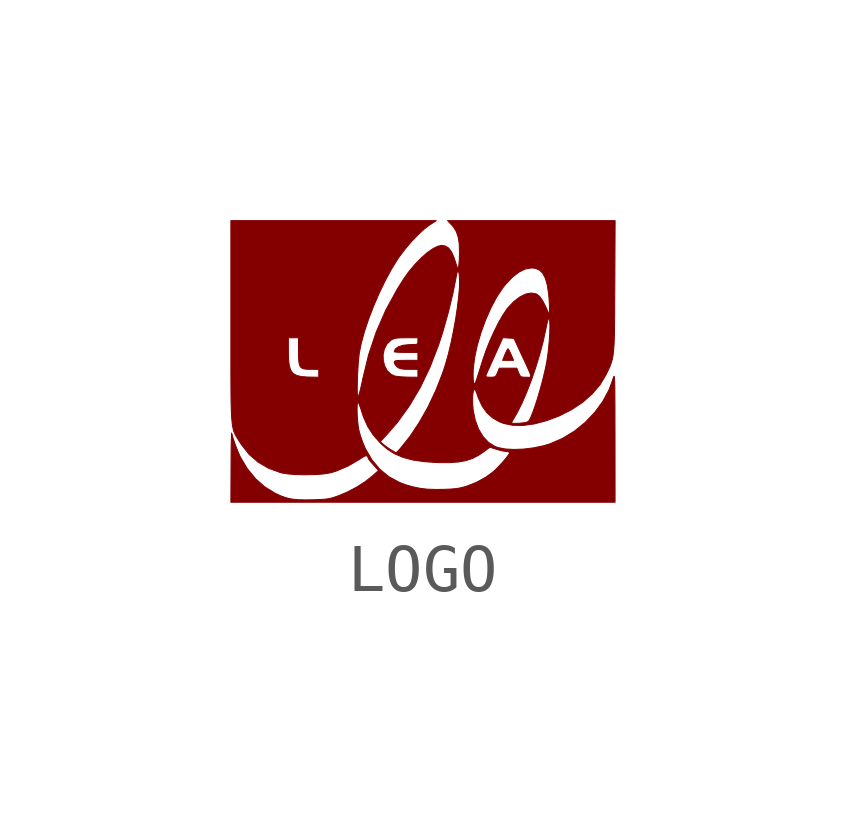
<source format=kicad_sym>
(kicad_symbol_lib
  (version 20220914)
  (generator bitmap2component)
  (symbol "LOGO"
    (pin_names
      (offset 1.016))
    (property "Reference" "#G"
      (at 0 2.299 0)
      (effects (font (size 1.27 1.27)) hide))
    (symbol "LOGO_0_0"
      (polyline (pts (xy 4.013 -1.579) (xy 4.013 -1.54) (xy 4.012 -1.26) (xy 4.012 -1.023) (xy 4.011 -0.826) (xy 4.01 -0.667) (xy 4.009 -0.541) (xy 4.007 -0.446) (xy 4.004 -0.378) (xy 4.001 -0.335) (xy 3.997 -0.313) (xy 3.991 -0.309) (xy 3.985 -0.319) (xy 3.977 -0.342) (xy 3.968 -0.373) (xy 3.889 -0.589) (xy 3.758 -0.833) (xy 3.59 -1.062) (xy 3.39 -1.271) (xy 3.165 -1.453) (xy 2.92 -1.603) (xy 2.659 -1.716) (xy 2.519 -1.758) (xy 2.317 -1.8) (xy 2.11 -1.826) (xy 1.909 -1.834) (xy 1.726 -1.824) (xy 1.574 -1.794) (xy 1.51 -1.77) (xy 1.378 -1.687) (xy 1.263 -1.565) (xy 1.17 -1.409) (xy 1.101 -1.224) (xy 1.058 -1.014) (xy 1.056 -0.994) (xy 1.048 -0.881) (xy 1.046 -0.773) (xy 1.052 -0.678) (xy 1.064 -0.608) (xy 1.081 -0.574) (xy 1.093 -0.581) (xy 1.115 -0.621) (xy 1.14 -0.686) (xy 1.164 -0.757) (xy 1.244 -0.93) (xy 1.34 -1.067) (xy 1.46 -1.175) (xy 1.608 -1.26) (xy 1.667 -1.282) (xy 1.855 -1.282) (xy 1.861 -1.266) (xy 1.887 -1.218) (xy 1.925 -1.154) (xy 1.975 -1.068) (xy 2.072 -0.875) (xy 2.17 -0.649) (xy 2.267 -0.399) (xy 2.358 -0.135) (xy 2.441 0.136) (xy 2.513 0.403) (xy 2.569 0.657) (xy 2.58 0.713) (xy 2.602 0.815) (xy 2.619 0.876) (xy 2.631 0.899) (xy 2.642 0.888) (xy 2.651 0.845) (xy 2.654 0.815) (xy 2.657 0.72) (xy 2.653 0.596) (xy 2.644 0.452) (xy 2.631 0.299) (xy 2.614 0.149) (xy 2.594 0.012) (xy 2.568 -0.123) (xy 2.531 -0.283) (xy 2.488 -0.454) (xy 2.44 -0.626) (xy 2.391 -0.792) (xy 2.341 -0.944) (xy 2.295 -1.073) (xy 2.254 -1.173) (xy 2.22 -1.235) (xy 2.215 -1.241) (xy 2.18 -1.264) (xy 2.119 -1.278) (xy 2.021 -1.287) (xy 2.012 -1.288) (xy 1.933 -1.29) (xy 1.876 -1.288) (xy 1.855 -1.282) (xy 1.667 -1.282) (xy 1.691 -1.292) (xy 1.881 -1.331) (xy 2.096 -1.334) (xy 2.332 -1.302) (xy 2.586 -1.235) (xy 2.854 -1.134) (xy 3.105 -1.007) (xy 3.339 -0.852) (xy 3.54 -0.674) (xy 3.705 -0.48) (xy 3.828 -0.273) (xy 3.838 -0.253) (xy 3.872 -0.182) (xy 3.901 -0.119) (xy 3.925 -0.059) (xy 3.945 0.001) (xy 3.961 0.066) (xy 3.974 0.141) (xy 3.984 0.228) (xy 3.992 0.333) (xy 3.998 0.46) (xy 4.002 0.613) (xy 4.004 0.796) (xy 4.006 1.013) (xy 4.007 1.268) (xy 4.009 1.567) (xy 4.015 2.934) (xy 2.269 2.934) (xy 0.524 2.934) (xy 0.613 2.84) (xy 0.648 2.8) (xy 0.707 2.704) (xy 0.746 2.589) (xy 0.767 2.446) (xy 0.772 2.267) (xy 0.771 2.204) (xy 0.767 2.102) (xy 0.76 2.02) (xy 0.753 1.972) (xy 0.744 1.947) (xy 0.733 1.946) (xy 0.718 1.98) (xy 0.695 2.054) (xy 0.657 2.168) (xy 0.605 2.285) (xy 0.547 2.362) (xy 0.48 2.405) (xy 0.4 2.418) (xy 0.32 2.401) (xy 0.217 2.349) (xy 0.1 2.267) (xy -0.023 2.159) (xy -0.148 2.031) (xy -0.269 1.889) (xy -0.379 1.737) (xy -0.523 1.51) (xy -0.765 1.067) (xy -0.965 0.608) (xy -1.121 0.14) (xy -0.819 0.14) (xy -0.794 0.256) (xy -0.742 0.359) (xy -0.66 0.439) (xy -0.628 0.459) (xy -0.585 0.477) (xy -0.53 0.487) (xy -0.451 0.492) (xy -0.337 0.493) (xy -0.094 0.493) (xy -0.094 0.422) (xy -0.094 0.416) (xy -0.097 0.379) (xy -0.113 0.36) (xy -0.153 0.353) (xy -0.229 0.352) (xy -0.269 0.351) (xy -0.402 0.337) (xy -0.502 0.306) (xy -0.565 0.26) (xy -0.587 0.201) (xy -0.574 0.197) (xy -0.523 0.192) (xy -0.442 0.189) (xy -0.34 0.188) (xy -0.094 0.188) (xy -0.094 0.106) (xy -0.094 0.023) (xy -0.34 0.023) (xy -0.362 0.023) (xy -0.465 0.022) (xy -0.531 0.019) (xy -0.567 0.011) (xy -0.583 -0.002) (xy -0.587 -0.022) (xy -0.587 -0.024) (xy -0.568 -0.069) (xy -0.525 -0.116) (xy -0.496 -0.135) (xy -0.448 -0.153) (xy -0.38 -0.162) (xy -0.279 -0.164) (xy -0.094 -0.164) (xy -0.094 -0.246) (xy -0.094 -0.329) (xy -0.299 -0.327) (xy -0.33 -0.326) (xy -0.432 -0.321) (xy -0.52 -0.313) (xy -0.578 -0.303) (xy -0.651 -0.269) (xy -0.731 -0.195) (xy -0.786 -0.095) (xy -0.815 0.02) (xy -0.819 0.14) (xy -1.121 0.14) (xy -1.124 0.129) (xy -1.246 -0.375) (xy -1.258 -0.432) (xy -1.287 -0.563) (xy -1.312 -0.66) (xy -1.331 -0.719) (xy -1.345 -0.735) (xy -1.352 -0.71) (xy -1.357 -0.645) (xy -1.358 -0.55) (xy -1.356 -0.434) (xy -1.352 -0.304) (xy -1.345 -0.17) (xy -1.337 -0.04) (xy -1.326 0.079) (xy -1.315 0.176) (xy -1.273 0.384) (xy -1.207 0.624) (xy -1.121 0.883) (xy -1.017 1.152) (xy -0.901 1.421) (xy -0.776 1.68) (xy -0.646 1.921) (xy -0.514 2.134) (xy -0.469 2.198) (xy -0.351 2.353) (xy -0.221 2.505) (xy -0.088 2.643) (xy 0.039 2.76) (xy 0.15 2.844) (xy 0.289 2.934) (xy -1.851 2.934) (xy -3.991 2.934) (xy -3.991 0.823) (xy -3.991 0.712) (xy -3.991 0.493) (xy -2.793 0.493) (xy -2.688 0.493) (xy -2.582 0.493) (xy -2.582 0.211) (xy -2.582 0.127) (xy -2.577 0.01) (xy -2.563 -0.071) (xy -2.535 -0.122) (xy -2.49 -0.15) (xy -2.421 -0.162) (xy -2.324 -0.164) (xy -2.16 -0.164) (xy -2.16 -0.246) (xy -2.16 -0.329) (xy -2.33 -0.326) (xy -2.388 -0.325) (xy -2.523 -0.315) (xy -2.624 -0.291) (xy -2.697 -0.247) (xy -2.746 -0.179) (xy -2.775 -0.081) (xy -2.79 0.054) (xy -2.793 0.229) (xy -2.793 0.493) (xy -3.991 0.493) (xy -3.991 0.355) (xy -3.991 0.041) (xy -3.991 -0.234) (xy -3.99 -0.472) (xy -3.989 -0.676) (xy -3.987 -0.85) (xy -3.983 -0.997) (xy -3.982 -1.01) (xy -1.361 -1.01) (xy -1.36 -0.925) (xy -1.354 -0.867) (xy -1.343 -0.845) (xy -1.335 -0.854) (xy -1.315 -0.899) (xy -1.288 -0.973) (xy -1.258 -1.067) (xy -1.231 -1.151) (xy -1.142 -1.353) (xy -1.023 -1.535) (xy -0.901 -1.673) (xy -0.879 -1.673) (xy -0.721 -1.502) (xy -0.519 -1.269) (xy -0.266 -0.917) (xy -0.038 -0.531) (xy 0.163 -0.109) (xy 0.34 0.352) (xy 0.428 0.625) (xy 0.54 1.022) (xy 0.638 1.428) (xy 0.715 1.818) (xy 0.722 1.848) (xy 0.736 1.885) (xy 0.75 1.881) (xy 0.762 1.84) (xy 0.771 1.766) (xy 0.774 1.663) (xy 0.771 1.539) (xy 0.754 1.342) (xy 0.727 1.119) (xy 0.691 0.878) (xy 0.646 0.632) (xy 0.596 0.388) (xy 0.541 0.158) (xy 0.484 -0.048) (xy 0.415 -0.259) (xy 1.056 -0.259) (xy 1.06 -0.148) (xy 1.09 0.088) (xy 1.145 0.343) (xy 1.223 0.607) (xy 1.319 0.869) (xy 1.429 1.118) (xy 1.55 1.345) (xy 1.679 1.538) (xy 1.729 1.601) (xy 1.869 1.75) (xy 2.008 1.859) (xy 2.144 1.926) (xy 2.273 1.948) (xy 2.347 1.942) (xy 2.437 1.905) (xy 2.508 1.836) (xy 2.563 1.73) (xy 2.603 1.585) (xy 2.63 1.397) (xy 2.641 1.281) (xy 2.647 1.166) (xy 2.649 1.078) (xy 2.644 1.021) (xy 2.635 1) (xy 2.62 1.021) (xy 2.584 1.108) (xy 2.514 1.25) (xy 2.449 1.347) (xy 2.389 1.399) (xy 2.37 1.408) (xy 2.267 1.426) (xy 2.151 1.404) (xy 2.028 1.343) (xy 1.903 1.247) (xy 1.78 1.117) (xy 1.754 1.083) (xy 1.672 0.959) (xy 1.583 0.803) (xy 1.494 0.625) (xy 1.408 0.434) (xy 1.33 0.242) (xy 1.266 0.057) (xy 1.263 0.048) (xy 1.223 -0.078) (xy 1.185 -0.199) (xy 1.152 -0.302) (xy 1.149 -0.313) (xy 1.322 -0.313) (xy 1.325 -0.288) (xy 1.335 -0.264) (xy 1.362 -0.202) (xy 1.403 -0.111) (xy 1.452 0) (xy 1.508 0.124) (xy 1.676 0.495) (xy 1.792 0.488) (xy 1.907 0.481) (xy 2.071 0.129) (xy 2.132 -0.002) (xy 2.187 -0.122) (xy 2.226 -0.209) (xy 2.249 -0.267) (xy 2.257 -0.304) (xy 2.251 -0.323) (xy 2.232 -0.33) (xy 2.201 -0.33) (xy 2.159 -0.329) (xy 2.101 -0.328) (xy 2.056 -0.318) (xy 2.029 -0.291) (xy 2.004 -0.235) (xy 1.967 -0.141) (xy 1.784 -0.141) (xy 1.601 -0.141) (xy 1.564 -0.235) (xy 1.548 -0.272) (xy 1.523 -0.311) (xy 1.485 -0.326) (xy 1.418 -0.329) (xy 1.4 -0.329) (xy 1.343 -0.325) (xy 1.322 -0.313) (xy 1.149 -0.313) (xy 1.129 -0.374) (xy 1.128 -0.378) (xy 1.102 -0.446) (xy 1.082 -0.469) (xy 1.067 -0.445) (xy 1.059 -0.375) (xy 1.056 -0.259) (xy 0.415 -0.259) (xy 0.414 -0.26) (xy 0.276 -0.61) (xy 0.115 -0.95) (xy -0.066 -1.27) (xy -0.26 -1.562) (xy -0.463 -1.816) (xy -0.489 -1.845) (xy -0.527 -1.885) (xy -0.545 -1.901) (xy -0.559 -1.896) (xy -0.608 -1.87) (xy -0.674 -1.83) (xy -0.742 -1.784) (xy -0.797 -1.742) (xy -0.879 -1.673) (xy -0.901 -1.673) (xy -0.866 -1.712) (xy -0.735 -1.827) (xy -0.58 -1.925) (xy -0.403 -2) (xy -0.199 -2.054) (xy 0.038 -2.089) (xy 0.314 -2.107) (xy 0.348 -2.108) (xy 0.567 -2.108) (xy 0.75 -2.095) (xy 0.906 -2.067) (xy 1.044 -2.021) (xy 1.173 -1.954) (xy 1.302 -1.866) (xy 1.404 -1.788) (xy 1.549 -1.833) (xy 1.621 -1.853) (xy 1.698 -1.871) (xy 1.75 -1.878) (xy 1.787 -1.882) (xy 1.817 -1.898) (xy 1.815 -1.911) (xy 1.789 -1.954) (xy 1.741 -2.016) (xy 1.679 -2.09) (xy 1.609 -2.167) (xy 1.539 -2.239) (xy 1.476 -2.298) (xy 1.325 -2.409) (xy 1.132 -2.516) (xy 0.927 -2.597) (xy 0.882 -2.611) (xy 0.789 -2.635) (xy 0.694 -2.65) (xy 0.58 -2.66) (xy 0.434 -2.666) (xy 0.259 -2.667) (xy 0.098 -2.661) (xy -0.046 -2.644) (xy -0.188 -2.615) (xy -0.342 -2.572) (xy -0.478 -2.521) (xy -0.696 -2.403) (xy -0.887 -2.247) (xy -1.05 -2.053) (xy -1.184 -1.824) (xy -1.197 -1.796) (xy -1.25 -1.669) (xy -1.295 -1.538) (xy -1.325 -1.427) (xy -1.327 -1.417) (xy -1.341 -1.326) (xy -1.352 -1.22) (xy -1.359 -1.112) (xy -1.361 -1.01) (xy -3.982 -1.01) (xy -3.978 -1.119) (xy -3.971 -1.221) (xy -3.962 -1.305) (xy -3.951 -1.373) (xy -3.938 -1.431) (xy -3.921 -1.48) (xy -3.902 -1.523) (xy -3.879 -1.564) (xy -3.853 -1.606) (xy -3.823 -1.652) (xy -3.789 -1.706) (xy -3.768 -1.738) (xy -3.611 -1.937) (xy -3.422 -2.1) (xy -3.204 -2.227) (xy -2.956 -2.317) (xy -2.93 -2.324) (xy -2.81 -2.343) (xy -2.66 -2.356) (xy -2.492 -2.361) (xy -2.32 -2.36) (xy -2.155 -2.353) (xy -2.012 -2.338) (xy -1.901 -2.317) (xy -1.799 -2.286) (xy -1.551 -2.181) (xy -1.313 -2.042) (xy -1.262 -2.007) (xy -1.202 -1.973) (xy -1.167 -1.964) (xy -1.148 -1.975) (xy -1.139 -1.991) (xy -1.127 -2.022) (xy -1.113 -2.046) (xy -1.074 -2.094) (xy -1.021 -2.155) (xy -0.915 -2.273) (xy -1.043 -2.387) (xy -1.044 -2.388) (xy -1.196 -2.507) (xy -1.377 -2.622) (xy -1.571 -2.724) (xy -1.76 -2.803) (xy -1.81 -2.82) (xy -1.889 -2.845) (xy -1.964 -2.861) (xy -2.048 -2.872) (xy -2.153 -2.878) (xy -2.292 -2.883) (xy -2.44 -2.885) (xy -2.595 -2.881) (xy -2.724 -2.867) (xy -2.839 -2.841) (xy -2.951 -2.801) (xy -3.07 -2.746) (xy -3.28 -2.617) (xy -3.478 -2.443) (xy -3.651 -2.231) (xy -3.797 -1.984) (xy -3.801 -1.976) (xy -3.85 -1.863) (xy -3.901 -1.731) (xy -3.945 -1.6) (xy -3.975 -1.491) (xy -3.976 -1.492) (xy -3.979 -1.528) (xy -3.981 -1.603) (xy -3.984 -1.712) (xy -3.986 -1.849) (xy -3.987 -2.01) (xy -3.988 -2.189) (xy -3.991 -2.934) (xy 0.012 -2.934) (xy 4.014 -2.934) (xy 4.013 -1.579)) (stroke (width 0.01) (type default)) (fill (type outline)))
      (polyline (pts (xy 1.852 0.135) (xy 1.834 0.176) (xy 1.806 0.233) (xy 1.788 0.263) (xy 1.775 0.257) (xy 1.751 0.217) (xy 1.722 0.152) (xy 1.671 0.023) (xy 1.785 0.023) (xy 1.9 0.023) (xy 1.852 0.135)) (stroke (width 0.01) (type default)) (fill (type outline))))))
</source>
